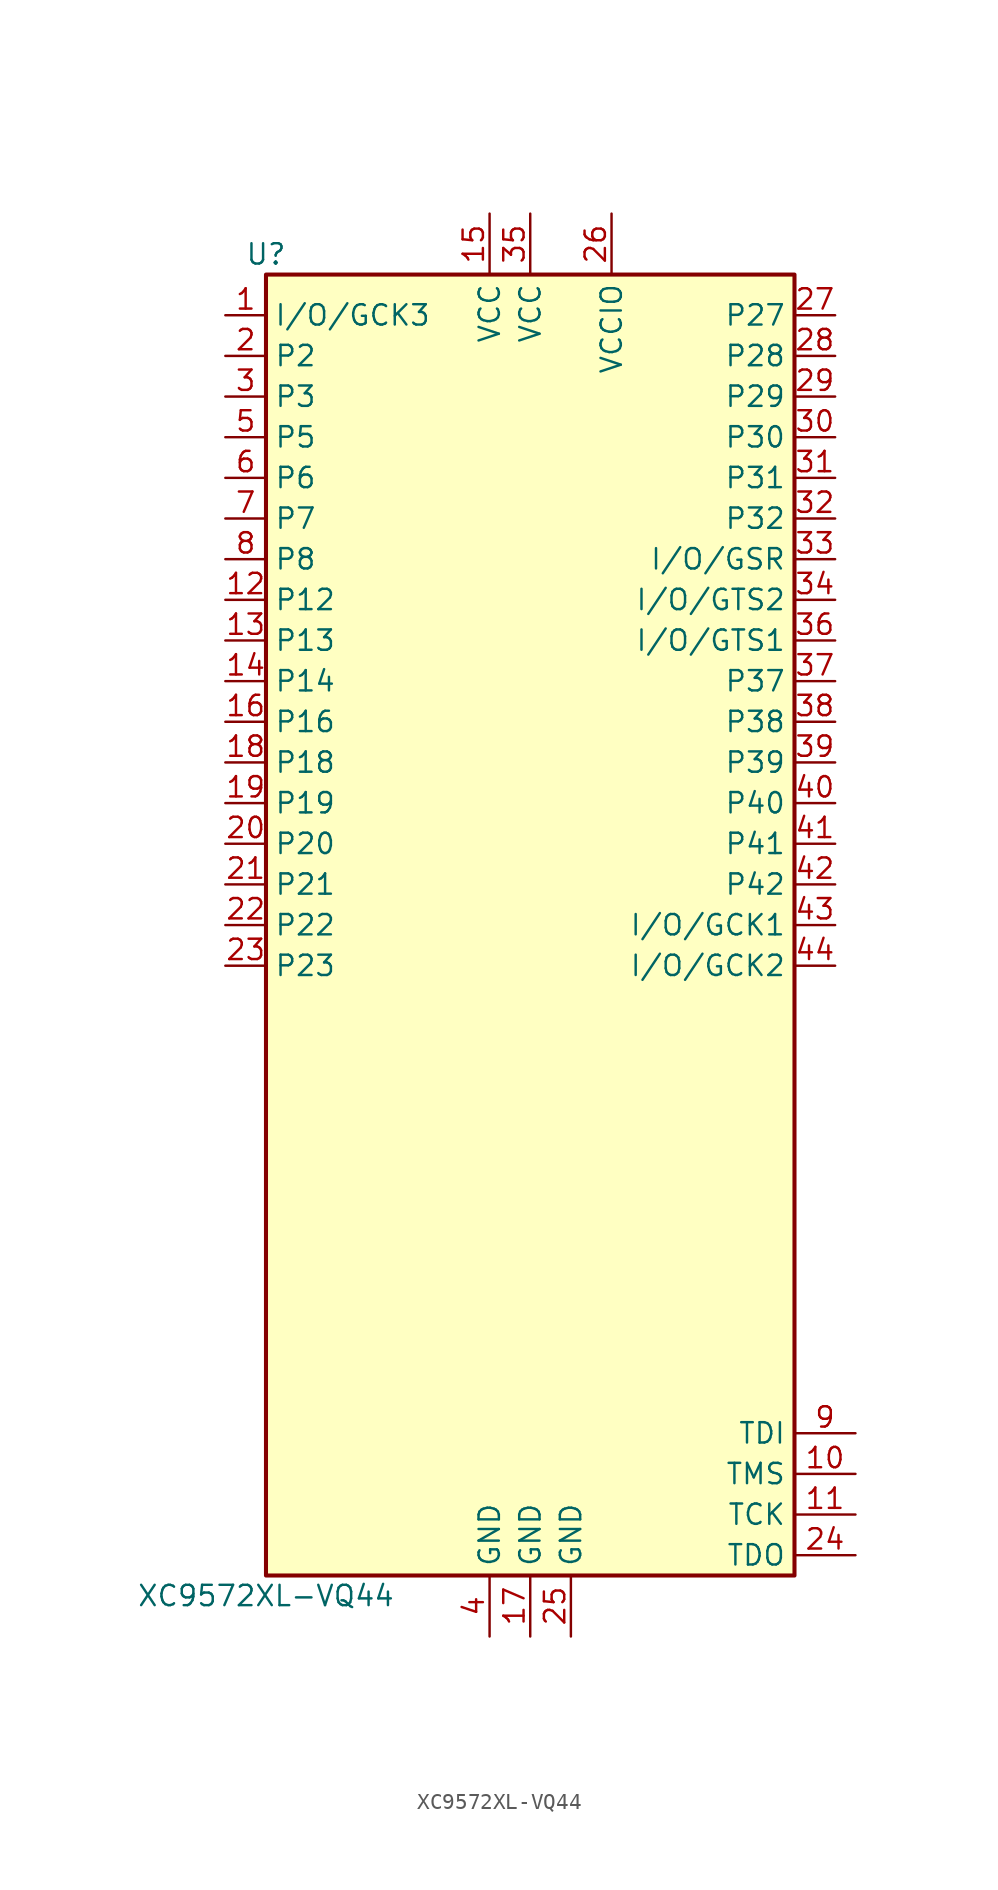
<source format=kicad_sym>
(kicad_symbol_lib
  (version 20211014)
  (generator kicad_symbol_editor)
  (symbol "XC9572XL-VQ44"
    (property "Reference" "U"
      (at -16.51 40.64 0)
      (effects (font (size 1.27 1.27))))
    (property "Value" "XC9572XL-VQ44"
      (at -16.51 -43.18 0)
      (effects (font (size 1.27 1.27))))
    (symbol "XC9572XL-VQ44_0_0"
      (pin bidirectional line (at -19.05 13.97 0) (length 2.54) (name "P14" (effects (font (size 1.27 1.27)))) (number "14" (effects (font (size 1.27 1.27)))))
      (pin bidirectional line (at -19.05 11.43 0) (length 2.54) (name "P16" (effects (font (size 1.27 1.27)))) (number "16" (effects (font (size 1.27 1.27)))))
      (pin bidirectional line (at -19.05 34.29 0) (length 2.54) (name "P2" (effects (font (size 1.27 1.27)))) (number "2" (effects (font (size 1.27 1.27)))))
      (pin bidirectional line (at -19.05 1.27 0) (length 2.54) (name "P21" (effects (font (size 1.27 1.27)))) (number "21" (effects (font (size 1.27 1.27)))))
      (pin bidirectional line (at -19.05 -3.81 0) (length 2.54) (name "P23" (effects (font (size 1.27 1.27)))) (number "23" (effects (font (size 1.27 1.27)))))
      (pin bidirectional line (at 19.05 34.29 180) (length 2.54) (name "P28" (effects (font (size 1.27 1.27)))) (number "28" (effects (font (size 1.27 1.27)))))
      (pin bidirectional line (at 19.05 31.75 180) (length 2.54) (name "P29" (effects (font (size 1.27 1.27)))) (number "29" (effects (font (size 1.27 1.27)))))
      (pin bidirectional line (at -19.05 31.75 0) (length 2.54) (name "P3" (effects (font (size 1.27 1.27)))) (number "3" (effects (font (size 1.27 1.27)))))
      (pin bidirectional line (at 19.05 29.21 180) (length 2.54) (name "P30" (effects (font (size 1.27 1.27)))) (number "30" (effects (font (size 1.27 1.27)))))
      (pin bidirectional line (at 19.05 26.67 180) (length 2.54) (name "P31" (effects (font (size 1.27 1.27)))) (number "31" (effects (font (size 1.27 1.27)))))
      (pin bidirectional line (at 19.05 24.13 180) (length 2.54) (name "P32" (effects (font (size 1.27 1.27)))) (number "32" (effects (font (size 1.27 1.27)))))
      (pin bidirectional line (at 19.05 13.97 180) (length 2.54) (name "P37" (effects (font (size 1.27 1.27)))) (number "37" (effects (font (size 1.27 1.27)))))
      (pin bidirectional line (at 19.05 8.89 180) (length 2.54) (name "P39" (effects (font (size 1.27 1.27)))) (number "39" (effects (font (size 1.27 1.27)))))
      (pin bidirectional line (at 19.05 6.35 180) (length 2.54) (name "P40" (effects (font (size 1.27 1.27)))) (number "40" (effects (font (size 1.27 1.27)))))
      (pin bidirectional line (at 19.05 3.81 180) (length 2.54) (name "P41" (effects (font (size 1.27 1.27)))) (number "41" (effects (font (size 1.27 1.27)))))
      (pin bidirectional line (at 19.05 1.27 180) (length 2.54) (name "P42" (effects (font (size 1.27 1.27)))) (number "42" (effects (font (size 1.27 1.27)))))
      (pin bidirectional line (at -19.05 29.21 0) (length 2.54) (name "P5" (effects (font (size 1.27 1.27)))) (number "5" (effects (font (size 1.27 1.27)))))
      (pin bidirectional line (at -19.05 26.67 0) (length 2.54) (name "P6" (effects (font (size 1.27 1.27)))) (number "6" (effects (font (size 1.27 1.27)))))
      (pin bidirectional line (at -19.05 24.13 0) (length 2.54) (name "P7" (effects (font (size 1.27 1.27)))) (number "7" (effects (font (size 1.27 1.27))))))
    (symbol "XC9572XL-VQ44_1_1"
      (rectangle (start -16.51 39.37) (end 16.51 -41.91) (stroke (width 0.254) (type default) (color 0 0 0 0)) (fill (type background)))
      (pin bidirectional line (at -19.05 36.83 0) (length 2.54) (name "I/O/GCK3" (effects (font (size 1.27 1.27)))) (number "1" (effects (font (size 1.27 1.27)))))
      (pin input line (at 20.32 -35.56 180) (length 3.81) (name "TMS" (effects (font (size 1.27 1.27)))) (number "10" (effects (font (size 1.27 1.27)))))
      (pin input line (at 20.32 -38.1 180) (length 3.81) (name "TCK" (effects (font (size 1.27 1.27)))) (number "11" (effects (font (size 1.27 1.27)))))
      (pin bidirectional line (at -19.05 19.05 0) (length 2.54) (name "P12" (effects (font (size 1.27 1.27)))) (number "12" (effects (font (size 1.27 1.27)))))
      (pin bidirectional line (at -19.05 16.51 0) (length 2.54) (name "P13" (effects (font (size 1.27 1.27)))) (number "13" (effects (font (size 1.27 1.27)))))
      (pin power_in line (at -2.54 43.18 270) (length 3.81) (name "VCC" (effects (font (size 1.27 1.27)))) (number "15" (effects (font (size 1.27 1.27)))))
      (pin power_in line (at 0 -45.72 90) (length 3.81) (name "GND" (effects (font (size 1.27 1.27)))) (number "17" (effects (font (size 1.27 1.27)))))
      (pin bidirectional line (at -19.05 8.89 0) (length 2.54) (name "P18" (effects (font (size 1.27 1.27)))) (number "18" (effects (font (size 1.27 1.27)))))
      (pin bidirectional line (at -19.05 6.35 0) (length 2.54) (name "P19" (effects (font (size 1.27 1.27)))) (number "19" (effects (font (size 1.27 1.27)))))
      (pin bidirectional line (at -19.05 3.81 0) (length 2.54) (name "P20" (effects (font (size 1.27 1.27)))) (number "20" (effects (font (size 1.27 1.27)))))
      (pin bidirectional line (at -19.05 -1.27 0) (length 2.54) (name "P22" (effects (font (size 1.27 1.27)))) (number "22" (effects (font (size 1.27 1.27)))))
      (pin output line (at 20.32 -40.64 180) (length 3.81) (name "TDO" (effects (font (size 1.27 1.27)))) (number "24" (effects (font (size 1.27 1.27)))))
      (pin power_in line (at 2.54 -45.72 90) (length 3.81) (name "GND" (effects (font (size 1.27 1.27)))) (number "25" (effects (font (size 1.27 1.27)))))
      (pin power_in line (at 5.08 43.18 270) (length 3.81) (name "VCCIO" (effects (font (size 1.27 1.27)))) (number "26" (effects (font (size 1.27 1.27)))))
      (pin bidirectional line (at 19.05 36.83 180) (length 2.54) (name "P27" (effects (font (size 1.27 1.27)))) (number "27" (effects (font (size 1.27 1.27)))))
      (pin bidirectional line (at 19.05 21.59 180) (length 2.54) (name "I/O/GSR" (effects (font (size 1.27 1.27)))) (number "33" (effects (font (size 1.27 1.27)))))
      (pin bidirectional line (at 19.05 19.05 180) (length 2.54) (name "I/O/GTS2" (effects (font (size 1.27 1.27)))) (number "34" (effects (font (size 1.27 1.27)))))
      (pin power_in line (at 0 43.18 270) (length 3.81) (name "VCC" (effects (font (size 1.27 1.27)))) (number "35" (effects (font (size 1.27 1.27)))))
      (pin bidirectional line (at 19.05 16.51 180) (length 2.54) (name "I/O/GTS1" (effects (font (size 1.27 1.27)))) (number "36" (effects (font (size 1.27 1.27)))))
      (pin bidirectional line (at 19.05 11.43 180) (length 2.54) (name "P38" (effects (font (size 1.27 1.27)))) (number "38" (effects (font (size 1.27 1.27)))))
      (pin power_in line (at -2.54 -45.72 90) (length 3.81) (name "GND" (effects (font (size 1.27 1.27)))) (number "4" (effects (font (size 1.27 1.27)))))
      (pin bidirectional line (at 19.05 -1.27 180) (length 2.54) (name "I/O/GCK1" (effects (font (size 1.27 1.27)))) (number "43" (effects (font (size 1.27 1.27)))))
      (pin bidirectional line (at 19.05 -3.81 180) (length 2.54) (name "I/O/GCK2" (effects (font (size 1.27 1.27)))) (number "44" (effects (font (size 1.27 1.27)))))
      (pin bidirectional line (at -19.05 21.59 0) (length 2.54) (name "P8" (effects (font (size 1.27 1.27)))) (number "8" (effects (font (size 1.27 1.27)))))
      (pin input line (at 20.32 -33.02 180) (length 3.81) (name "TDI" (effects (font (size 1.27 1.27)))) (number "9" (effects (font (size 1.27 1.27))))))))
</source>
